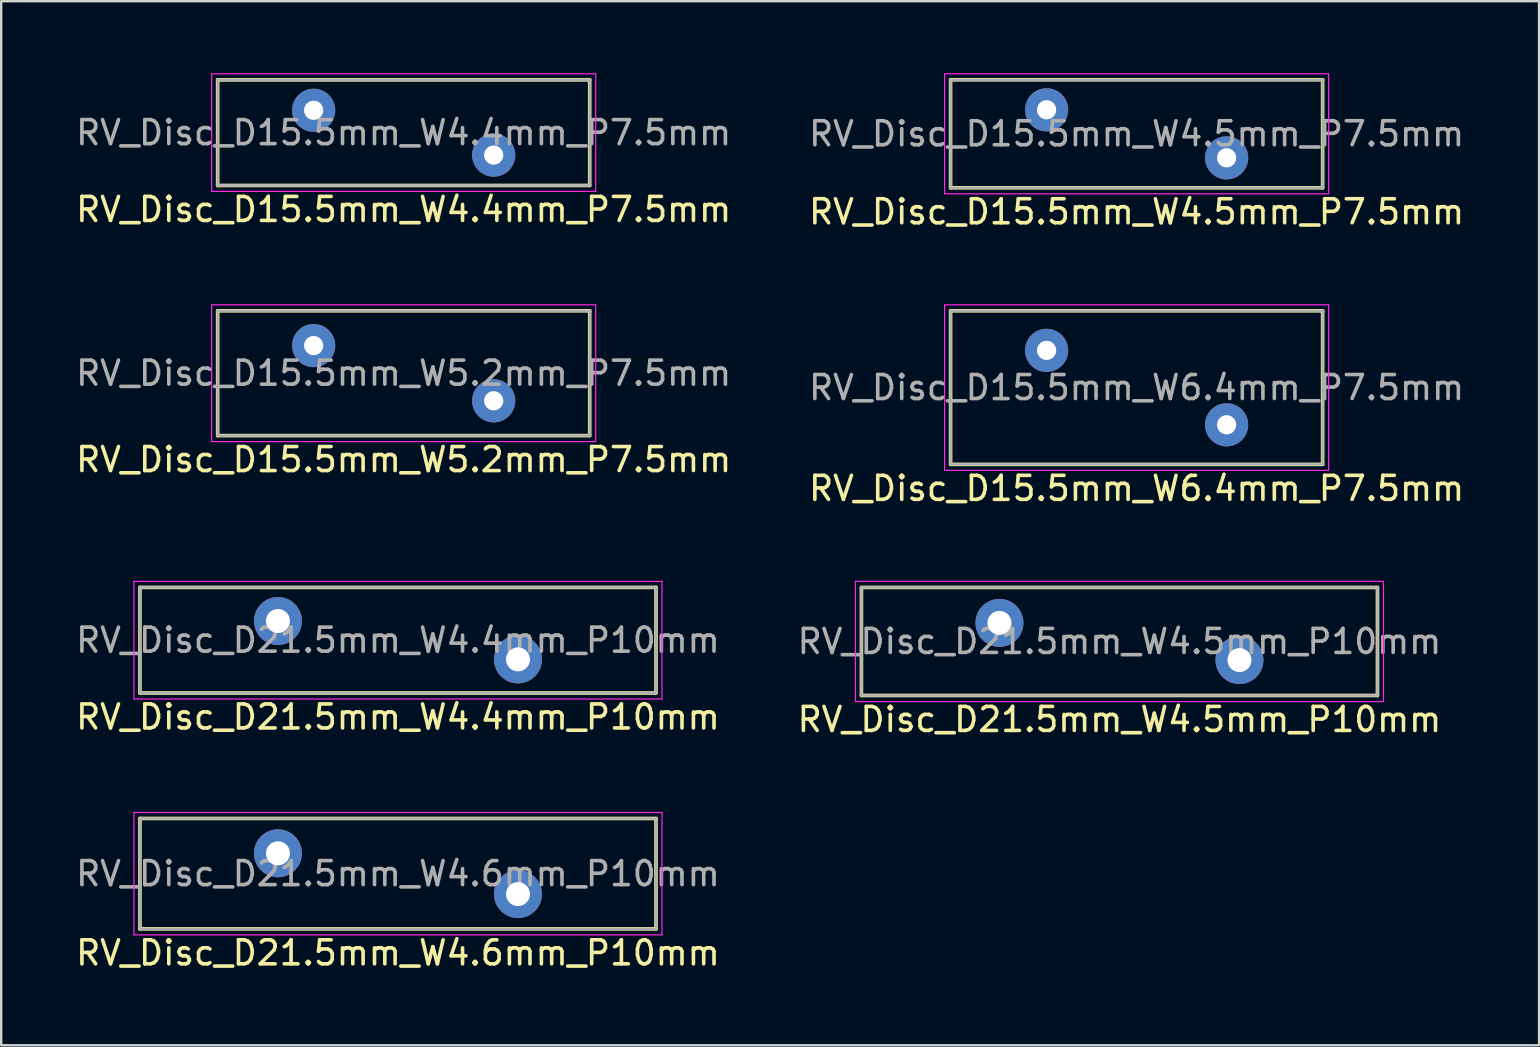
<source format=kicad_pcb>
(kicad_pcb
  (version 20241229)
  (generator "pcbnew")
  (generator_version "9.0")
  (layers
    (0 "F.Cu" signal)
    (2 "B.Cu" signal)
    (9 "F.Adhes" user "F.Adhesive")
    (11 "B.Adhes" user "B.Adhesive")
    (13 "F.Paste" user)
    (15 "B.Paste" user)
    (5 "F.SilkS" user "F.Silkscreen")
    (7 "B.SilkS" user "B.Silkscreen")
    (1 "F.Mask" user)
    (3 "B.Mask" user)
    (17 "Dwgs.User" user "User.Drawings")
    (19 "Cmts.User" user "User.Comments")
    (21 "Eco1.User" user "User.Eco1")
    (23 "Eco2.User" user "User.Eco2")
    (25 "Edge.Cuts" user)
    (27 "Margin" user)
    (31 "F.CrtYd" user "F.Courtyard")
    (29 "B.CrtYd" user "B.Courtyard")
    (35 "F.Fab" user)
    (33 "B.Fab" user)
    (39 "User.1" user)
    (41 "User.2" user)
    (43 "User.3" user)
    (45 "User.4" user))
  (footprint "RV_Disc_D15.5mm_W5.2mm_P7.5mm"
    (layer "F.Cu")
    (at 10.018 11.348)
    (property "Reference" "RV_Disc_D15.5mm_W5.2mm_P7.5mm" (at 3.75 4.75 0) (layer "F.SilkS") (effects (font (size 1 1) (thickness 0.15))))
    (attr through_hole)
    (fp_line (start -4 -1.45) (end -4 3.75) (stroke (width 0.15) (type solid)) (layer "F.SilkS"))
    (fp_line (start -4 -1.45) (end 11.5 -1.45) (stroke (width 0.15) (type solid)) (layer "F.SilkS"))
    (fp_line (start -4 3.75) (end 11.5 3.75) (stroke (width 0.15) (type solid)) (layer "F.SilkS"))
    (fp_line (start 11.5 -1.45) (end 11.5 3.75) (stroke (width 0.15) (type solid)) (layer "F.SilkS"))
    (fp_line (start -4.25 -1.7) (end -4.25 4) (stroke (width 0.05) (type solid)) (layer "F.CrtYd"))
    (fp_line (start -4.25 -1.7) (end 11.75 -1.7) (stroke (width 0.05) (type solid)) (layer "F.CrtYd"))
    (fp_line (start -4.25 4) (end 11.75 4) (stroke (width 0.05) (type solid)) (layer "F.CrtYd"))
    (fp_line (start 11.75 -1.7) (end 11.75 4) (stroke (width 0.05) (type solid)) (layer "F.CrtYd"))
    (fp_line (start -4 -1.45) (end -4 3.75) (stroke (width 0.1) (type solid)) (layer "F.Fab"))
    (fp_line (start -4 -1.45) (end 11.5 -1.45) (stroke (width 0.1) (type solid)) (layer "F.Fab"))
    (fp_line (start -4 3.75) (end 11.5 3.75) (stroke (width 0.1) (type solid)) (layer "F.Fab"))
    (fp_line (start 11.5 -1.45) (end 11.5 3.75) (stroke (width 0.1) (type solid)) (layer "F.Fab"))
    (fp_text user "${REFERENCE}" (at 3.75 1.15 0) (layer "F.Fab") (effects (font (size 1 1) (thickness 0.15))))
    (pad "1" thru_hole circle (at 0 0) (size 1.8 1.8) (drill 0.8) (layers "*.Cu" "*.Mask"))
    (pad "2" thru_hole circle (at 7.5 2.3) (size 1.8 1.8) (drill 0.8) (layers "*.Cu" "*.Mask")))
  (footprint "RV_Disc_D21.5mm_W4.4mm_P10mm"
    (layer "F.Cu")
    (at 8.53 22.822)
    (property "Reference" "RV_Disc_D21.5mm_W4.4mm_P10mm" (at 5 4 0) (layer "F.SilkS") (effects (font (size 1 1) (thickness 0.15))))
    (attr through_hole)
    (fp_line (start -5.75 -1.4) (end -5.75 3) (stroke (width 0.15) (type solid)) (layer "F.SilkS"))
    (fp_line (start -5.75 -1.4) (end 15.75 -1.4) (stroke (width 0.15) (type solid)) (layer "F.SilkS"))
    (fp_line (start -5.75 3) (end 15.75 3) (stroke (width 0.15) (type solid)) (layer "F.SilkS"))
    (fp_line (start 15.75 -1.4) (end 15.75 3) (stroke (width 0.15) (type solid)) (layer "F.SilkS"))
    (fp_line (start -6 -1.65) (end -6 3.25) (stroke (width 0.05) (type solid)) (layer "F.CrtYd"))
    (fp_line (start -6 -1.65) (end 16 -1.65) (stroke (width 0.05) (type solid)) (layer "F.CrtYd"))
    (fp_line (start -6 3.25) (end 16 3.25) (stroke (width 0.05) (type solid)) (layer "F.CrtYd"))
    (fp_line (start 16 -1.65) (end 16 3.25) (stroke (width 0.05) (type solid)) (layer "F.CrtYd"))
    (fp_line (start -5.75 -1.4) (end -5.75 3) (stroke (width 0.1) (type solid)) (layer "F.Fab"))
    (fp_line (start -5.75 -1.4) (end 15.75 -1.4) (stroke (width 0.1) (type solid)) (layer "F.Fab"))
    (fp_line (start -5.75 3) (end 15.75 3) (stroke (width 0.1) (type solid)) (layer "F.Fab"))
    (fp_line (start 15.75 -1.4) (end 15.75 3) (stroke (width 0.1) (type solid)) (layer "F.Fab"))
    (fp_text user "${REFERENCE}" (at 5 0.8 0) (layer "F.Fab") (effects (font (size 1 1) (thickness 0.15))))
    (pad "1" thru_hole circle (at 0 0) (size 2 2) (drill 1) (layers "*.Cu" "*.Mask"))
    (pad "2" thru_hole circle (at 10 1.6) (size 2 2) (drill 1) (layers "*.Cu" "*.Mask")))
  (footprint "RV_Disc_D15.5mm_W4.4mm_P7.5mm"
    (layer "F.Cu")
    (at 10.018 1.545)
    (property "Reference" "RV_Disc_D15.5mm_W4.4mm_P7.5mm" (at 3.75 4.133 0) (layer "F.SilkS") (effects (font (size 1 1) (thickness 0.15))))
    (attr through_hole)
    (fp_line (start -4 -1.267) (end -4 3.133) (stroke (width 0.15) (type solid)) (layer "F.SilkS"))
    (fp_line (start -4 -1.267) (end 11.5 -1.267) (stroke (width 0.15) (type solid)) (layer "F.SilkS"))
    (fp_line (start -4 3.133) (end 11.5 3.133) (stroke (width 0.15) (type solid)) (layer "F.SilkS"))
    (fp_line (start 11.5 -1.267) (end 11.5 3.133) (stroke (width 0.15) (type solid)) (layer "F.SilkS"))
    (fp_line (start -4.25 -1.52) (end -4.25 3.38) (stroke (width 0.05) (type solid)) (layer "F.CrtYd"))
    (fp_line (start -4.25 -1.52) (end 11.75 -1.52) (stroke (width 0.05) (type solid)) (layer "F.CrtYd"))
    (fp_line (start -4.25 3.38) (end 11.75 3.38) (stroke (width 0.05) (type solid)) (layer "F.CrtYd"))
    (fp_line (start 11.75 -1.52) (end 11.75 3.38) (stroke (width 0.05) (type solid)) (layer "F.CrtYd"))
    (fp_line (start -4 -1.267) (end -4 3.133) (stroke (width 0.1) (type solid)) (layer "F.Fab"))
    (fp_line (start -4 -1.267) (end 11.5 -1.267) (stroke (width 0.1) (type solid)) (layer "F.Fab"))
    (fp_line (start -4 3.133) (end 11.5 3.133) (stroke (width 0.1) (type solid)) (layer "F.Fab"))
    (fp_line (start 11.5 -1.267) (end 11.5 3.133) (stroke (width 0.1) (type solid)) (layer "F.Fab"))
    (fp_text user "${REFERENCE}" (at 3.75 0.933 0) (layer "F.Fab") (effects (font (size 1 1) (thickness 0.15))))
    (pad "1" thru_hole circle (at 0 0) (size 1.8 1.8) (drill 0.8) (layers "*.Cu" "*.Mask"))
    (pad "2" thru_hole circle (at 7.5 1.867) (size 1.8 1.8) (drill 0.8) (layers "*.Cu" "*.Mask")))
  (footprint "RV_Disc_D15.5mm_W6.4mm_P7.5mm"
    (layer "F.Cu")
    (at 40.554 11.548)
    (property "Reference" "RV_Disc_D15.5mm_W6.4mm_P7.5mm" (at 3.75 5.75 0) (layer "F.SilkS") (effects (font (size 1 1) (thickness 0.15))))
    (attr through_hole)
    (fp_line (start -4 -1.65) (end -4 4.75) (stroke (width 0.15) (type solid)) (layer "F.SilkS"))
    (fp_line (start -4 -1.65) (end 11.5 -1.65) (stroke (width 0.15) (type solid)) (layer "F.SilkS"))
    (fp_line (start -4 4.75) (end 11.5 4.75) (stroke (width 0.15) (type solid)) (layer "F.SilkS"))
    (fp_line (start 11.5 -1.65) (end 11.5 4.75) (stroke (width 0.15) (type solid)) (layer "F.SilkS"))
    (fp_line (start -4.25 -1.9) (end -4.25 5) (stroke (width 0.05) (type solid)) (layer "F.CrtYd"))
    (fp_line (start -4.25 -1.9) (end 11.75 -1.9) (stroke (width 0.05) (type solid)) (layer "F.CrtYd"))
    (fp_line (start -4.25 5) (end 11.75 5) (stroke (width 0.05) (type solid)) (layer "F.CrtYd"))
    (fp_line (start 11.75 -1.9) (end 11.75 5) (stroke (width 0.05) (type solid)) (layer "F.CrtYd"))
    (fp_line (start -4 -1.65) (end -4 4.75) (stroke (width 0.1) (type solid)) (layer "F.Fab"))
    (fp_line (start -4 -1.65) (end 11.5 -1.65) (stroke (width 0.1) (type solid)) (layer "F.Fab"))
    (fp_line (start -4 4.75) (end 11.5 4.75) (stroke (width 0.1) (type solid)) (layer "F.Fab"))
    (fp_line (start 11.5 -1.65) (end 11.5 4.75) (stroke (width 0.1) (type solid)) (layer "F.Fab"))
    (fp_text user "${REFERENCE}" (at 3.75 1.55 0) (layer "F.Fab") (effects (font (size 1 1) (thickness 0.15))))
    (pad "1" thru_hole circle (at 0 0) (size 1.8 1.8) (drill 0.8) (layers "*.Cu" "*.Mask"))
    (pad "2" thru_hole circle (at 7.5 3.1) (size 1.8 1.8) (drill 0.8) (layers "*.Cu" "*.Mask")))
  (footprint "RV_Disc_D21.5mm_W4.5mm_P10mm"
    (layer "F.Cu")
    (at 38.589 22.901)
    (property "Reference" "RV_Disc_D21.5mm_W4.5mm_P10mm" (at 5 4.025 0) (layer "F.SilkS") (effects (font (size 1 1) (thickness 0.15))))
    (attr through_hole)
    (fp_line (start -5.75 -1.475) (end -5.75 3.025) (stroke (width 0.15) (type solid)) (layer "F.SilkS"))
    (fp_line (start -5.75 -1.475) (end 15.75 -1.475) (stroke (width 0.15) (type solid)) (layer "F.SilkS"))
    (fp_line (start -5.75 3.025) (end 15.75 3.025) (stroke (width 0.15) (type solid)) (layer "F.SilkS"))
    (fp_line (start 15.75 -1.475) (end 15.75 3.025) (stroke (width 0.15) (type solid)) (layer "F.SilkS"))
    (fp_line (start -6 -1.73) (end -6 3.28) (stroke (width 0.05) (type solid)) (layer "F.CrtYd"))
    (fp_line (start -6 -1.73) (end 16 -1.73) (stroke (width 0.05) (type solid)) (layer "F.CrtYd"))
    (fp_line (start -6 3.28) (end 16 3.28) (stroke (width 0.05) (type solid)) (layer "F.CrtYd"))
    (fp_line (start 16 -1.73) (end 16 3.28) (stroke (width 0.05) (type solid)) (layer "F.CrtYd"))
    (fp_line (start -5.75 -1.475) (end -5.75 3.025) (stroke (width 0.1) (type solid)) (layer "F.Fab"))
    (fp_line (start -5.75 -1.475) (end 15.75 -1.475) (stroke (width 0.1) (type solid)) (layer "F.Fab"))
    (fp_line (start -5.75 3.025) (end 15.75 3.025) (stroke (width 0.1) (type solid)) (layer "F.Fab"))
    (fp_line (start 15.75 -1.475) (end 15.75 3.025) (stroke (width 0.1) (type solid)) (layer "F.Fab"))
    (fp_text user "${REFERENCE}" (at 5 0.775 0) (layer "F.Fab") (effects (font (size 1 1) (thickness 0.15))))
    (pad "1" thru_hole circle (at 0 0) (size 2 2) (drill 1) (layers "*.Cu" "*.Mask"))
    (pad "2" thru_hole circle (at 10 1.55) (size 2 2) (drill 1) (layers "*.Cu" "*.Mask")))
  (footprint "RV_Disc_D15.5mm_W4.5mm_P7.5mm"
    (layer "F.Cu")
    (at 40.554 1.525)
    (property "Reference" "RV_Disc_D15.5mm_W4.5mm_P7.5mm" (at 3.75 4.25 0) (layer "F.SilkS") (effects (font (size 1 1) (thickness 0.15))))
    (attr through_hole)
    (fp_line (start -4 -1.25) (end -4 3.25) (stroke (width 0.15) (type solid)) (layer "F.SilkS"))
    (fp_line (start -4 -1.25) (end 11.5 -1.25) (stroke (width 0.15) (type solid)) (layer "F.SilkS"))
    (fp_line (start -4 3.25) (end 11.5 3.25) (stroke (width 0.15) (type solid)) (layer "F.SilkS"))
    (fp_line (start 11.5 -1.25) (end 11.5 3.25) (stroke (width 0.15) (type solid)) (layer "F.SilkS"))
    (fp_line (start -4.25 -1.5) (end -4.25 3.5) (stroke (width 0.05) (type solid)) (layer "F.CrtYd"))
    (fp_line (start -4.25 -1.5) (end 11.75 -1.5) (stroke (width 0.05) (type solid)) (layer "F.CrtYd"))
    (fp_line (start -4.25 3.5) (end 11.75 3.5) (stroke (width 0.05) (type solid)) (layer "F.CrtYd"))
    (fp_line (start 11.75 -1.5) (end 11.75 3.5) (stroke (width 0.05) (type solid)) (layer "F.CrtYd"))
    (fp_line (start -4 -1.25) (end -4 3.25) (stroke (width 0.1) (type solid)) (layer "F.Fab"))
    (fp_line (start -4 -1.25) (end 11.5 -1.25) (stroke (width 0.1) (type solid)) (layer "F.Fab"))
    (fp_line (start -4 3.25) (end 11.5 3.25) (stroke (width 0.1) (type solid)) (layer "F.Fab"))
    (fp_line (start 11.5 -1.25) (end 11.5 3.25) (stroke (width 0.1) (type solid)) (layer "F.Fab"))
    (fp_text user "${REFERENCE}" (at 3.75 1 0) (layer "F.Fab") (effects (font (size 1 1) (thickness 0.15))))
    (pad "1" thru_hole circle (at 0 0) (size 1.8 1.8) (drill 0.8) (layers "*.Cu" "*.Mask"))
    (pad "2" thru_hole circle (at 7.5 2) (size 1.8 1.8) (drill 0.8) (layers "*.Cu" "*.Mask")))
  (footprint "RV_Disc_D21.5mm_W4.6mm_P10mm"
    (layer "F.Cu")
    (at 8.53 32.5)
    (property "Reference" "RV_Disc_D21.5mm_W4.6mm_P10mm" (at 5 4.15 0) (layer "F.SilkS") (effects (font (size 1 1) (thickness 0.15))))
    (attr through_hole)
    (fp_line (start -5.75 -1.45) (end -5.75 3.15) (stroke (width 0.15) (type solid)) (layer "F.SilkS"))
    (fp_line (start -5.75 -1.45) (end 15.75 -1.45) (stroke (width 0.15) (type solid)) (layer "F.SilkS"))
    (fp_line (start -5.75 3.15) (end 15.75 3.15) (stroke (width 0.15) (type solid)) (layer "F.SilkS"))
    (fp_line (start 15.75 -1.45) (end 15.75 3.15) (stroke (width 0.15) (type solid)) (layer "F.SilkS"))
    (fp_line (start -6 -1.7) (end -6 3.4) (stroke (width 0.05) (type solid)) (layer "F.CrtYd"))
    (fp_line (start -6 -1.7) (end 16 -1.7) (stroke (width 0.05) (type solid)) (layer "F.CrtYd"))
    (fp_line (start -6 3.4) (end 16 3.4) (stroke (width 0.05) (type solid)) (layer "F.CrtYd"))
    (fp_line (start 16 -1.7) (end 16 3.4) (stroke (width 0.05) (type solid)) (layer "F.CrtYd"))
    (fp_line (start -5.75 -1.45) (end -5.75 3.15) (stroke (width 0.1) (type solid)) (layer "F.Fab"))
    (fp_line (start -5.75 -1.45) (end 15.75 -1.45) (stroke (width 0.1) (type solid)) (layer "F.Fab"))
    (fp_line (start -5.75 3.15) (end 15.75 3.15) (stroke (width 0.1) (type solid)) (layer "F.Fab"))
    (fp_line (start 15.75 -1.45) (end 15.75 3.15) (stroke (width 0.1) (type solid)) (layer "F.Fab"))
    (fp_text user "${REFERENCE}" (at 5 0.85 0) (layer "F.Fab") (effects (font (size 1 1) (thickness 0.15))))
    (pad "1" thru_hole circle (at 0 0) (size 2 2) (drill 1) (layers "*.Cu" "*.Mask"))
    (pad "2" thru_hole circle (at 10 1.7) (size 2 2) (drill 1) (layers "*.Cu" "*.Mask")))
  (gr_rect
    (start -3 -3)
    (end 61.071 40.498)
    (stroke (width 0.1) (type default))
    (fill no)
    (layer "Edge.Cuts")))
</source>
